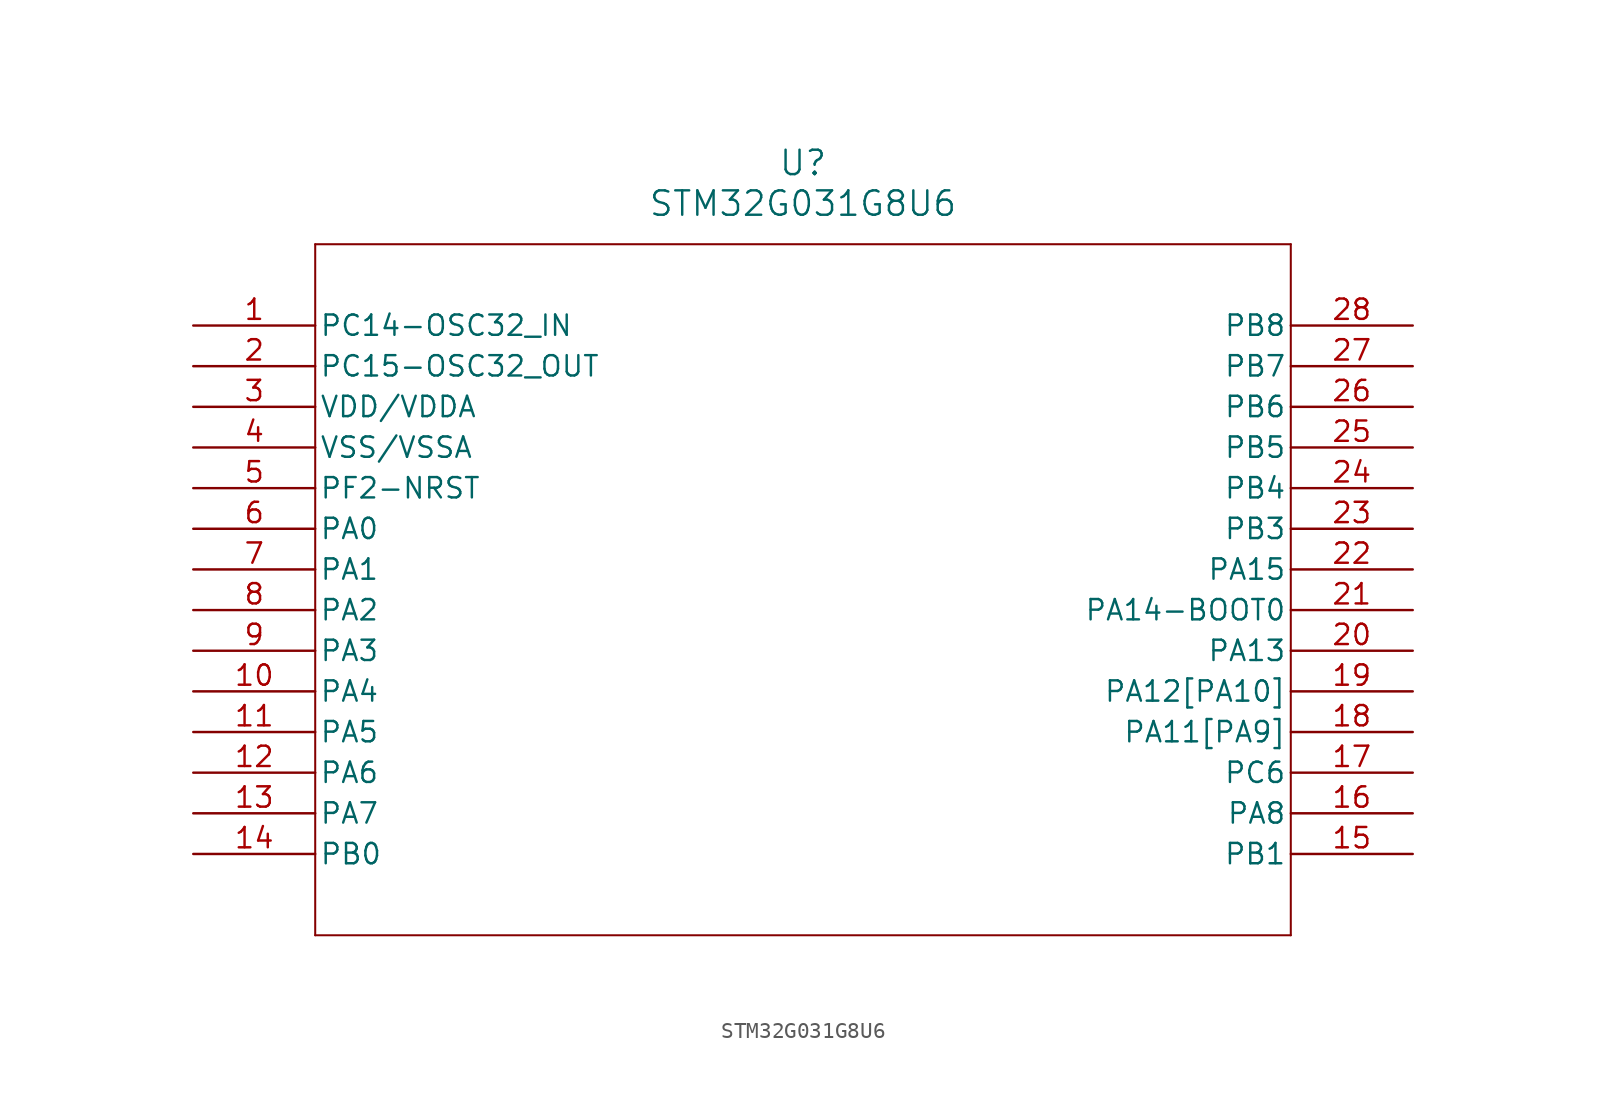
<source format=kicad_sym>
(kicad_symbol_lib
  (version 20211014)
  (generator kicad_symbol_editor)
  (symbol "STM32G031G8U6"
    (pin_names
      (offset 0.254))
    (property "Reference" "U"
      (at 38.1 10.16 0)
      (effects (font (size 1.524 1.524))))
    (property "Value" "STM32G031G8U6"
      (at 38.1 7.62 0)
      (effects (font (size 1.524 1.524))))
    (symbol "STM32G031G8U6_0_1"
      (polyline (pts (xy 7.62 5.08) (xy 7.62 -38.1)) (stroke (width 0.127) (type default) (color 0 0 0 0)) (fill (type none)))
      (polyline (pts (xy 7.62 -38.1) (xy 68.58 -38.1)) (stroke (width 0.127) (type default) (color 0 0 0 0)) (fill (type none)))
      (polyline (pts (xy 68.58 -38.1) (xy 68.58 5.08)) (stroke (width 0.127) (type default) (color 0 0 0 0)) (fill (type none)))
      (polyline (pts (xy 68.58 5.08) (xy 7.62 5.08)) (stroke (width 0.127) (type default) (color 0 0 0 0)) (fill (type none)))
      (pin bidirectional line (at 0 0 0) (length 7.62) (name "PC14-OSC32_IN" (effects (font (size 1.27 1.27)))) (number "1" (effects (font (size 1.27 1.27)))))
      (pin bidirectional line (at 0 -2.54 0) (length 7.62) (name "PC15-OSC32_OUT" (effects (font (size 1.27 1.27)))) (number "2" (effects (font (size 1.27 1.27)))))
      (pin power_in line (at 0 -5.08 0) (length 7.62) (name "VDD/VDDA" (effects (font (size 1.27 1.27)))) (number "3" (effects (font (size 1.27 1.27)))))
      (pin power_in line (at 0 -7.62 0) (length 7.62) (name "VSS/VSSA" (effects (font (size 1.27 1.27)))) (number "4" (effects (font (size 1.27 1.27)))))
      (pin bidirectional line (at 0 -10.16 0) (length 7.62) (name "PF2-NRST" (effects (font (size 1.27 1.27)))) (number "5" (effects (font (size 1.27 1.27)))))
      (pin bidirectional line (at 0 -12.7 0) (length 7.62) (name "PA0" (effects (font (size 1.27 1.27)))) (number "6" (effects (font (size 1.27 1.27)))))
      (pin bidirectional line (at 0 -15.24 0) (length 7.62) (name "PA1" (effects (font (size 1.27 1.27)))) (number "7" (effects (font (size 1.27 1.27)))))
      (pin bidirectional line (at 0 -17.78 0) (length 7.62) (name "PA2" (effects (font (size 1.27 1.27)))) (number "8" (effects (font (size 1.27 1.27)))))
      (pin bidirectional line (at 0 -20.32 0) (length 7.62) (name "PA3" (effects (font (size 1.27 1.27)))) (number "9" (effects (font (size 1.27 1.27)))))
      (pin bidirectional line (at 0 -22.86 0) (length 7.62) (name "PA4" (effects (font (size 1.27 1.27)))) (number "10" (effects (font (size 1.27 1.27)))))
      (pin bidirectional line (at 0 -25.4 0) (length 7.62) (name "PA5" (effects (font (size 1.27 1.27)))) (number "11" (effects (font (size 1.27 1.27)))))
      (pin bidirectional line (at 0 -27.94 0) (length 7.62) (name "PA6" (effects (font (size 1.27 1.27)))) (number "12" (effects (font (size 1.27 1.27)))))
      (pin bidirectional line (at 0 -30.48 0) (length 7.62) (name "PA7" (effects (font (size 1.27 1.27)))) (number "13" (effects (font (size 1.27 1.27)))))
      (pin bidirectional line (at 0 -33.02 0) (length 7.62) (name "PB0" (effects (font (size 1.27 1.27)))) (number "14" (effects (font (size 1.27 1.27)))))
      (pin bidirectional line (at 76.2 -33.02 180) (length 7.62) (name "PB1" (effects (font (size 1.27 1.27)))) (number "15" (effects (font (size 1.27 1.27)))))
      (pin bidirectional line (at 76.2 -30.48 180) (length 7.62) (name "PA8" (effects (font (size 1.27 1.27)))) (number "16" (effects (font (size 1.27 1.27)))))
      (pin bidirectional line (at 76.2 -27.94 180) (length 7.62) (name "PC6" (effects (font (size 1.27 1.27)))) (number "17" (effects (font (size 1.27 1.27)))))
      (pin bidirectional line (at 76.2 -25.4 180) (length 7.62) (name "PA11[PA9]" (effects (font (size 1.27 1.27)))) (number "18" (effects (font (size 1.27 1.27)))))
      (pin bidirectional line (at 76.2 -22.86 180) (length 7.62) (name "PA12[PA10]" (effects (font (size 1.27 1.27)))) (number "19" (effects (font (size 1.27 1.27)))))
      (pin bidirectional line (at 76.2 -20.32 180) (length 7.62) (name "PA13" (effects (font (size 1.27 1.27)))) (number "20" (effects (font (size 1.27 1.27)))))
      (pin bidirectional line (at 76.2 -17.78 180) (length 7.62) (name "PA14-BOOT0" (effects (font (size 1.27 1.27)))) (number "21" (effects (font (size 1.27 1.27)))))
      (pin bidirectional line (at 76.2 -15.24 180) (length 7.62) (name "PA15" (effects (font (size 1.27 1.27)))) (number "22" (effects (font (size 1.27 1.27)))))
      (pin bidirectional line (at 76.2 -12.7 180) (length 7.62) (name "PB3" (effects (font (size 1.27 1.27)))) (number "23" (effects (font (size 1.27 1.27)))))
      (pin bidirectional line (at 76.2 -10.16 180) (length 7.62) (name "PB4" (effects (font (size 1.27 1.27)))) (number "24" (effects (font (size 1.27 1.27)))))
      (pin bidirectional line (at 76.2 -7.62 180) (length 7.62) (name "PB5" (effects (font (size 1.27 1.27)))) (number "25" (effects (font (size 1.27 1.27)))))
      (pin bidirectional line (at 76.2 -5.08 180) (length 7.62) (name "PB6" (effects (font (size 1.27 1.27)))) (number "26" (effects (font (size 1.27 1.27)))))
      (pin bidirectional line (at 76.2 -2.54 180) (length 7.62) (name "PB7" (effects (font (size 1.27 1.27)))) (number "27" (effects (font (size 1.27 1.27)))))
      (pin bidirectional line (at 76.2 0 180) (length 7.62) (name "PB8" (effects (font (size 1.27 1.27)))) (number "28" (effects (font (size 1.27 1.27))))))))
</source>
